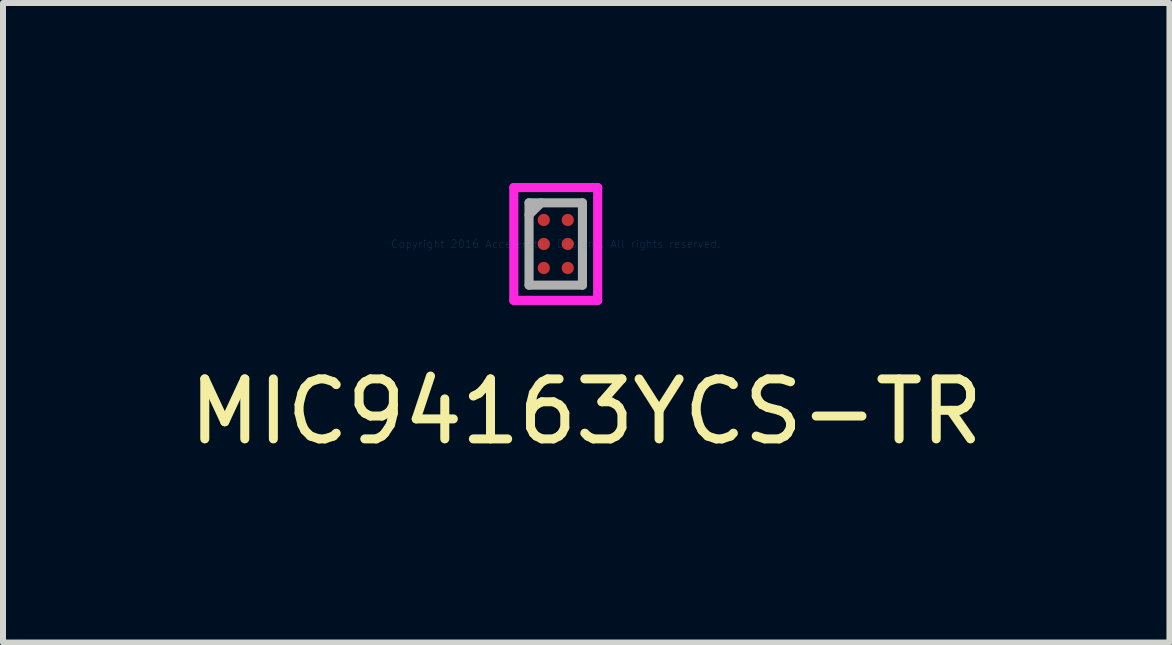
<source format=kicad_pcb>
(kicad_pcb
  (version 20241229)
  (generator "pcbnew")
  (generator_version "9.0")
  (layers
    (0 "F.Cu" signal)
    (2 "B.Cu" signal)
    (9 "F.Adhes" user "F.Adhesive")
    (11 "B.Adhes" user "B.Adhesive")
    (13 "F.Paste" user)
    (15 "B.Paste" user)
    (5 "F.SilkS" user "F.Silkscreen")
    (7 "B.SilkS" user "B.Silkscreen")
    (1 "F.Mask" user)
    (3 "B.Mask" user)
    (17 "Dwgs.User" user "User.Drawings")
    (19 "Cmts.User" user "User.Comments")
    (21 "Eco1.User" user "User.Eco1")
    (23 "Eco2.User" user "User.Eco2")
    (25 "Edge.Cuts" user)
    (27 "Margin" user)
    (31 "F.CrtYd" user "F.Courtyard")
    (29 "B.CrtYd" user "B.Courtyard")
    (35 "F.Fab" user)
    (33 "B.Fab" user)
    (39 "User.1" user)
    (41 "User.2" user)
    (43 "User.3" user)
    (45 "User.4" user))
  (footprint "MIC94163YCS-TR"
    (layer "F.Cu")
    (at 6.212 1.016)
    (property "Reference" "MIC94163YCS-TR" (at 0.508 2.794 0) (layer "F.SilkS") (effects (font (size 1 1) (thickness 0.15))))
    (attr through_hole)
    (fp_line (start -0.699 -0.94) (end 0.699 -0.94) (stroke (width 0.152) (type solid)) (layer "F.CrtYd"))
    (fp_line (start -0.699 0.94) (end -0.699 -0.94) (stroke (width 0.152) (type solid)) (layer "F.CrtYd"))
    (fp_line (start 0.699 -0.94) (end 0.699 0.94) (stroke (width 0.152) (type solid)) (layer "F.CrtYd"))
    (fp_line (start 0.699 0.94) (end -0.699 0.94) (stroke (width 0.152) (type solid)) (layer "F.CrtYd"))
    (fp_line (start -0.445 -0.686) (end -0.445 0.686) (stroke (width 0.152) (type solid)) (layer "F.Fab"))
    (fp_line (start -0.445 0.686) (end 0.445 0.686) (stroke (width 0.152) (type solid)) (layer "F.Fab"))
    (fp_line (start -0.244 -0.686) (end -0.445 -0.486) (stroke (width 0.152) (type solid)) (layer "F.Fab"))
    (fp_line (start 0.445 -0.686) (end -0.445 -0.686) (stroke (width 0.152) (type solid)) (layer "F.Fab"))
    (fp_line (start 0.445 0.686) (end 0.445 -0.686) (stroke (width 0.152) (type solid)) (layer "F.Fab"))
    (fp_text user "Copyright 2016 Accelerated Designs. All rights reserved." (at 0 0 0) (layer "Cmts.User") (effects (font (size 0.127 0.127) (thickness 0.002))))
    (pad "A1" smd circle (at -0.2 -0.4) (size 0.203 0.203) (layers "F.Cu" "F.Mask" "F.Paste"))
    (pad "A2" smd circle (at 0.2 -0.4) (size 0.203 0.203) (layers "F.Cu" "F.Mask" "F.Paste"))
    (pad "B1" smd circle (at -0.2 0) (size 0.203 0.203) (layers "F.Cu" "F.Mask" "F.Paste"))
    (pad "B2" smd circle (at 0.2 0) (size 0.203 0.203) (layers "F.Cu" "F.Mask" "F.Paste"))
    (pad "C1" smd circle (at -0.2 0.4) (size 0.203 0.203) (layers "F.Cu" "F.Mask" "F.Paste"))
    (pad "C2" smd circle (at 0.2 0.4) (size 0.203 0.203) (layers "F.Cu" "F.Mask" "F.Paste")))
  (gr_rect
    (start -3 -3)
    (end 16.44 7.658)
    (stroke (width 0.1) (type default))
    (fill no)
    (layer "Edge.Cuts")))
</source>
